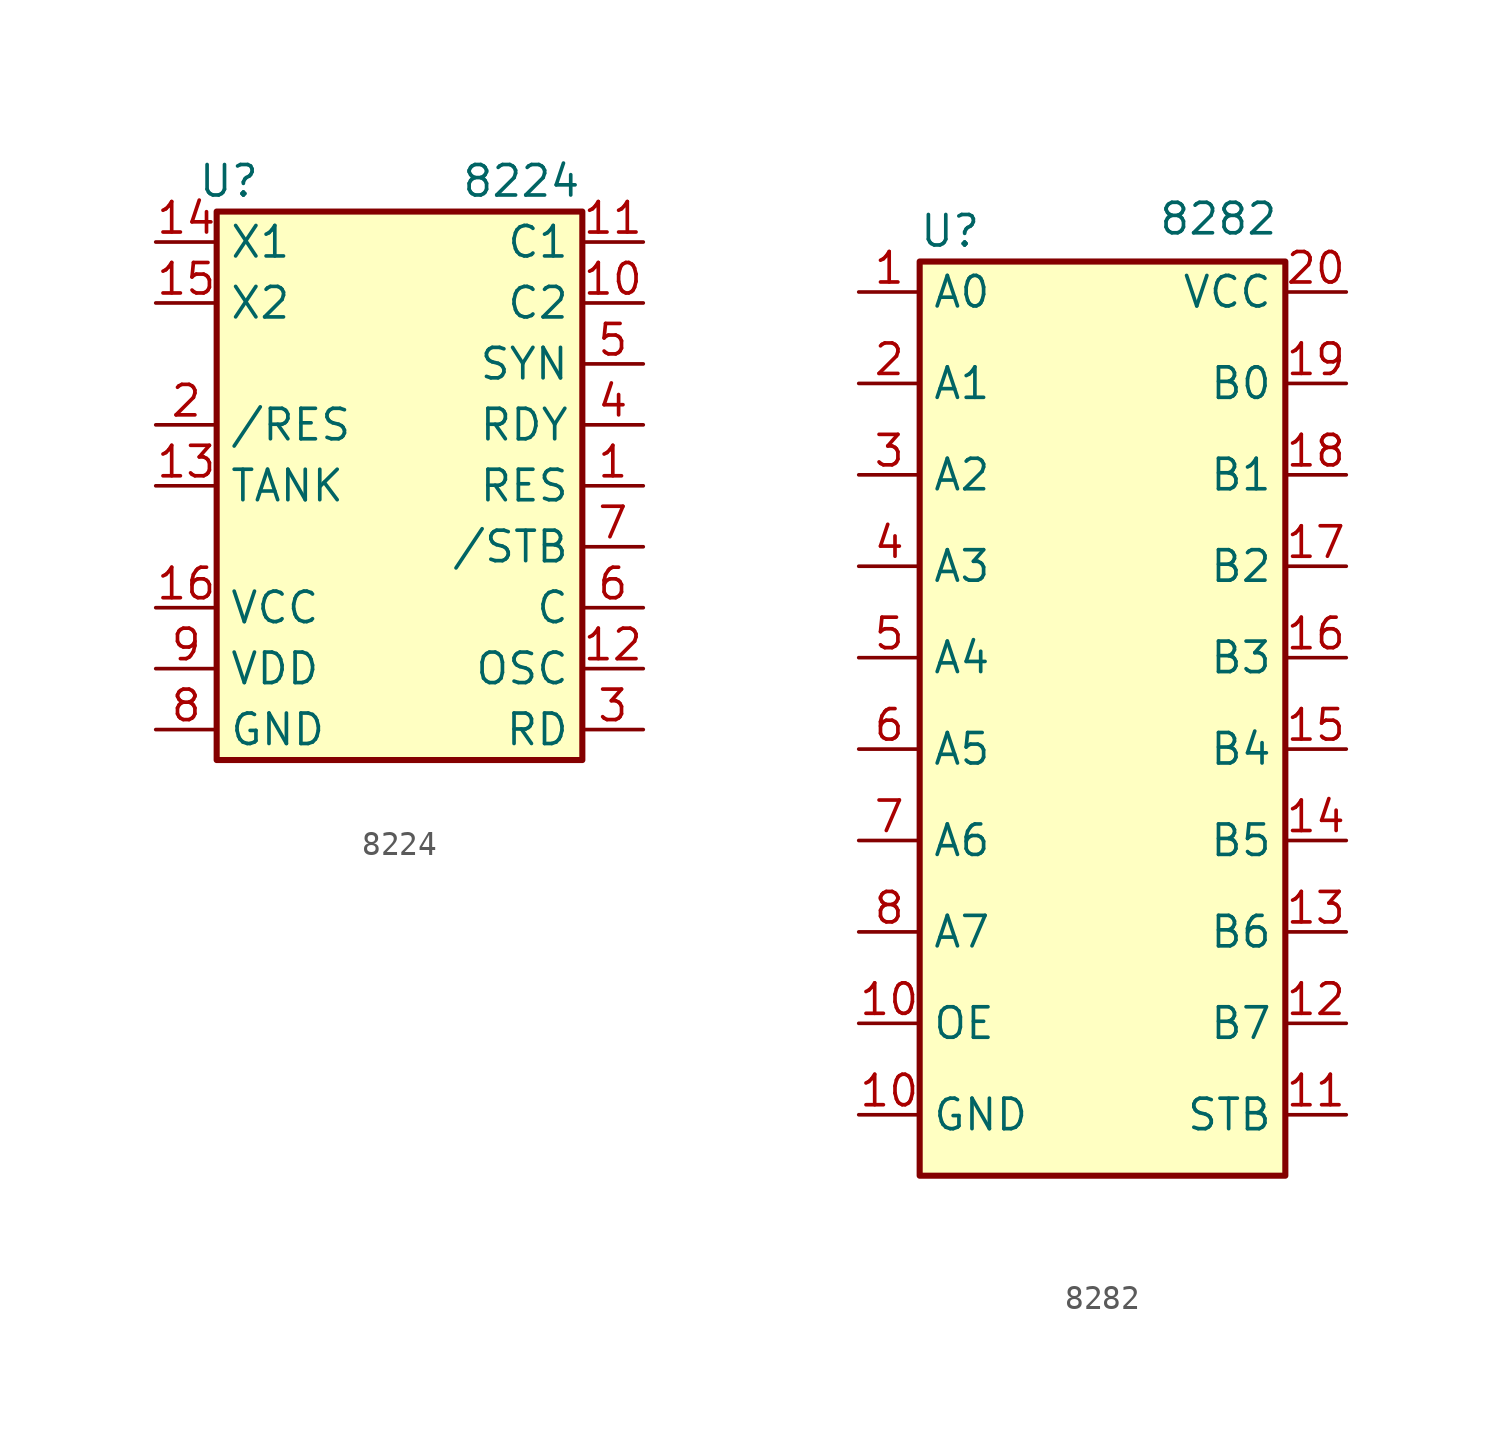
<source format=kicad_sym>
(kicad_symbol_lib
  (version 20231120)
  (generator "kicad_symbol_editor")
  (generator_version "8.0")
  (symbol "8224"
    (property "Reference" "U"
      (at -5.842 0 0)
      (effects (font (size 1.27 1.27))))
    (property "Value" "8224"
      (at 6.35 0 0)
      (effects (font (size 1.27 1.27))))
    (symbol "8224_0_0"
      (rectangle (start -6.35 -1.27) (end 8.89 -24.13) (stroke (width 0.254) (type default)) (fill (type background))))
    (symbol "8224_1_1"
      (pin input line (at 11.43 -12.7 180) (length 2.54) (name "RES" (effects (font (size 1.27 1.27)))) (number "1" (effects (font (size 1.27 1.27)))))
      (pin input line (at 11.43 -5.08 180) (length 2.54) (name "C2" (effects (font (size 1.27 1.27)))) (number "10" (effects (font (size 1.27 1.27)))))
      (pin input line (at 11.43 -2.54 180) (length 2.54) (name "C1" (effects (font (size 1.27 1.27)))) (number "11" (effects (font (size 1.27 1.27)))))
      (pin input line (at 11.43 -20.32 180) (length 2.54) (name "OSC" (effects (font (size 1.27 1.27)))) (number "12" (effects (font (size 1.27 1.27)))))
      (pin input line (at -8.89 -12.7 0) (length 2.54) (name "TANK" (effects (font (size 1.27 1.27)))) (number "13" (effects (font (size 1.27 1.27)))))
      (pin input line (at -8.89 -2.54 0) (length 2.54) (name "X1" (effects (font (size 1.27 1.27)))) (number "14" (effects (font (size 1.27 1.27)))))
      (pin input line (at -8.89 -5.08 0) (length 2.54) (name "X2" (effects (font (size 1.27 1.27)))) (number "15" (effects (font (size 1.27 1.27)))))
      (pin input line (at -8.89 -17.78 0) (length 2.54) (name "VCC" (effects (font (size 1.27 1.27)))) (number "16" (effects (font (size 1.27 1.27)))))
      (pin input line (at -8.89 -10.16 0) (length 2.54) (name "/RES" (effects (font (size 1.27 1.27)))) (number "2" (effects (font (size 1.27 1.27)))))
      (pin input line (at 11.43 -22.86 180) (length 2.54) (name "RD" (effects (font (size 1.27 1.27)))) (number "3" (effects (font (size 1.27 1.27)))))
      (pin input line (at 11.43 -10.16 180) (length 2.54) (name "RDY" (effects (font (size 1.27 1.27)))) (number "4" (effects (font (size 1.27 1.27)))))
      (pin input line (at 11.43 -7.62 180) (length 2.54) (name "SYN" (effects (font (size 1.27 1.27)))) (number "5" (effects (font (size 1.27 1.27)))))
      (pin input line (at 11.43 -17.78 180) (length 2.54) (name "C" (effects (font (size 1.27 1.27)))) (number "6" (effects (font (size 1.27 1.27)))))
      (pin input line (at 11.43 -15.24 180) (length 2.54) (name "/STB" (effects (font (size 1.27 1.27)))) (number "7" (effects (font (size 1.27 1.27)))))
      (pin input line (at -8.89 -22.86 0) (length 2.54) (name "GND" (effects (font (size 1.27 1.27)))) (number "8" (effects (font (size 1.27 1.27)))))
      (pin input line (at -8.89 -20.32 0) (length 2.54) (name "VDD" (effects (font (size 1.27 1.27)))) (number "9" (effects (font (size 1.27 1.27)))))))
  (symbol "8282"
    (property "Reference" "U"
      (at -8.89 1.27 0)
      (effects (font (size 1.27 1.27))))
    (property "Value" "8282"
      (at 2.286 1.778 0)
      (effects (font (size 1.27 1.27))))
    (symbol "8282_0_0"
      (rectangle (start -10.16 0) (end 5.08 -38.1) (stroke (width 0.254) (type default)) (fill (type background))))
    (symbol "8282_1_1"
      (pin input line (at -12.7 -1.27 0) (length 2.54) (name "A0" (effects (font (size 1.27 1.27)))) (number "1" (effects (font (size 1.27 1.27)))))
      (pin input line (at -12.7 -35.56 0) (length 2.54) (name "GND" (effects (font (size 1.27 1.27)))) (number "10" (effects (font (size 1.27 1.27)))))
      (pin input line (at -12.7 -31.75 0) (length 2.54) (name "OE" (effects (font (size 1.27 1.27)))) (number "10" (effects (font (size 1.27 1.27)))))
      (pin input line (at 7.62 -35.56 180) (length 2.54) (name "STB" (effects (font (size 1.27 1.27)))) (number "11" (effects (font (size 1.27 1.27)))))
      (pin output line (at 7.62 -31.75 180) (length 2.54) (name "B7" (effects (font (size 1.27 1.27)))) (number "12" (effects (font (size 1.27 1.27)))))
      (pin output line (at 7.62 -27.94 180) (length 2.54) (name "B6" (effects (font (size 1.27 1.27)))) (number "13" (effects (font (size 1.27 1.27)))))
      (pin output line (at 7.62 -24.13 180) (length 2.54) (name "B5" (effects (font (size 1.27 1.27)))) (number "14" (effects (font (size 1.27 1.27)))))
      (pin output line (at 7.62 -20.32 180) (length 2.54) (name "B4" (effects (font (size 1.27 1.27)))) (number "15" (effects (font (size 1.27 1.27)))))
      (pin output line (at 7.62 -16.51 180) (length 2.54) (name "B3" (effects (font (size 1.27 1.27)))) (number "16" (effects (font (size 1.27 1.27)))))
      (pin output line (at 7.62 -12.7 180) (length 2.54) (name "B2" (effects (font (size 1.27 1.27)))) (number "17" (effects (font (size 1.27 1.27)))))
      (pin output line (at 7.62 -8.89 180) (length 2.54) (name "B1" (effects (font (size 1.27 1.27)))) (number "18" (effects (font (size 1.27 1.27)))))
      (pin output line (at 7.62 -5.08 180) (length 2.54) (name "B0" (effects (font (size 1.27 1.27)))) (number "19" (effects (font (size 1.27 1.27)))))
      (pin input line (at -12.7 -5.08 0) (length 2.54) (name "A1" (effects (font (size 1.27 1.27)))) (number "2" (effects (font (size 1.27 1.27)))))
      (pin power_in line (at 7.62 -1.27 180) (length 2.54) (name "VCC" (effects (font (size 1.27 1.27)))) (number "20" (effects (font (size 1.27 1.27)))))
      (pin input line (at -12.7 -8.89 0) (length 2.54) (name "A2" (effects (font (size 1.27 1.27)))) (number "3" (effects (font (size 1.27 1.27)))))
      (pin input line (at -12.7 -12.7 0) (length 2.54) (name "A3" (effects (font (size 1.27 1.27)))) (number "4" (effects (font (size 1.27 1.27)))))
      (pin input line (at -12.7 -16.51 0) (length 2.54) (name "A4" (effects (font (size 1.27 1.27)))) (number "5" (effects (font (size 1.27 1.27)))))
      (pin input line (at -12.7 -20.32 0) (length 2.54) (name "A5" (effects (font (size 1.27 1.27)))) (number "6" (effects (font (size 1.27 1.27)))))
      (pin input line (at -12.7 -24.13 0) (length 2.54) (name "A6" (effects (font (size 1.27 1.27)))) (number "7" (effects (font (size 1.27 1.27)))))
      (pin input line (at -12.7 -27.94 0) (length 2.54) (name "A7" (effects (font (size 1.27 1.27)))) (number "8" (effects (font (size 1.27 1.27))))))))
</source>
